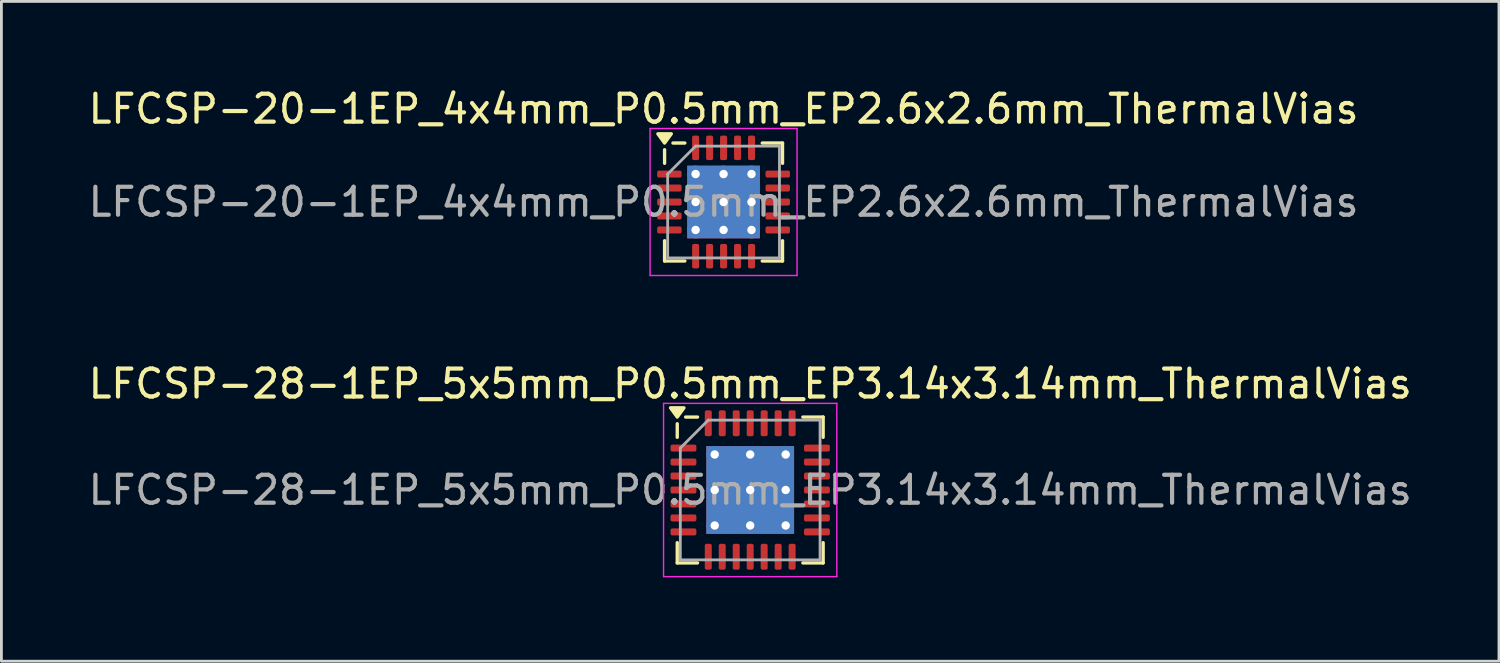
<source format=kicad_pcb>
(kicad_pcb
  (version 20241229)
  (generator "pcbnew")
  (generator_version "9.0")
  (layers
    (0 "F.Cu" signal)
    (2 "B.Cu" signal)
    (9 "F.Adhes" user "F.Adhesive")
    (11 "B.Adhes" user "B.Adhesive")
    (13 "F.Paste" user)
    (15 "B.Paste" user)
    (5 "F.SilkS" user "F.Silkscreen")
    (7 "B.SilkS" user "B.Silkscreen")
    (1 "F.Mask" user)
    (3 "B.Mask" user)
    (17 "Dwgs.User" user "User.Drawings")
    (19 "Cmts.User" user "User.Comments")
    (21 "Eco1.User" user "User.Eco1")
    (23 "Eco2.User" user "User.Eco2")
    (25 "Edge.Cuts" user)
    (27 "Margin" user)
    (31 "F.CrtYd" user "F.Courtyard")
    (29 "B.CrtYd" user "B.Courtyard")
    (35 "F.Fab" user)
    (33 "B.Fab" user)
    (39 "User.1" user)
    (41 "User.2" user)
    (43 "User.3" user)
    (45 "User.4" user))
  (footprint "LFCSP-20-1EP_4x4mm_P0.5mm_EP2.6x2.6mm_ThermalVias"
    (layer "F.Cu")
    (at 22.839 4.178)
    (property "Reference" "LFCSP-20-1EP_4x4mm_P0.5mm_EP2.6x2.6mm_ThermalVias" (at 0 -3.33 0) (layer "F.SilkS") (effects (font (size 1 1) (thickness 0.15))))
    (attr smd)
    (fp_line (start -2.11 -1.385) (end -2.11 -1.87) (stroke (width 0.12) (type solid)) (layer "F.SilkS"))
    (fp_line (start -2.11 2.11) (end -2.11 1.385) (stroke (width 0.12) (type solid)) (layer "F.SilkS"))
    (fp_line (start -1.385 -2.11) (end -1.81 -2.11) (stroke (width 0.12) (type solid)) (layer "F.SilkS"))
    (fp_line (start -1.385 2.11) (end -2.11 2.11) (stroke (width 0.12) (type solid)) (layer "F.SilkS"))
    (fp_line (start 1.385 -2.11) (end 2.11 -2.11) (stroke (width 0.12) (type solid)) (layer "F.SilkS"))
    (fp_line (start 1.385 2.11) (end 2.11 2.11) (stroke (width 0.12) (type solid)) (layer "F.SilkS"))
    (fp_line (start 2.11 -2.11) (end 2.11 -1.385) (stroke (width 0.12) (type solid)) (layer "F.SilkS"))
    (fp_line (start 2.11 2.11) (end 2.11 1.385) (stroke (width 0.12) (type solid)) (layer "F.SilkS"))
    (fp_poly (pts (xy -2.11 -2.11) (xy -2.35 -2.44) (xy -1.87 -2.44) (xy -2.11 -2.11)) (stroke (width 0.12) (type solid)) (fill yes) (layer "F.SilkS"))
    (fp_line (start -2.63 -2.63) (end -2.63 2.63) (stroke (width 0.05) (type solid)) (layer "F.CrtYd"))
    (fp_line (start -2.63 2.63) (end 2.63 2.63) (stroke (width 0.05) (type solid)) (layer "F.CrtYd"))
    (fp_line (start 2.63 -2.63) (end -2.63 -2.63) (stroke (width 0.05) (type solid)) (layer "F.CrtYd"))
    (fp_line (start 2.63 2.63) (end 2.63 -2.63) (stroke (width 0.05) (type solid)) (layer "F.CrtYd"))
    (fp_line (start -2 -1) (end -1 -2) (stroke (width 0.1) (type solid)) (layer "F.Fab"))
    (fp_line (start -2 2) (end -2 -1) (stroke (width 0.1) (type solid)) (layer "F.Fab"))
    (fp_line (start -1 -2) (end 2 -2) (stroke (width 0.1) (type solid)) (layer "F.Fab"))
    (fp_line (start 2 -2) (end 2 2) (stroke (width 0.1) (type solid)) (layer "F.Fab"))
    (fp_line (start 2 2) (end -2 2) (stroke (width 0.1) (type solid)) (layer "F.Fab"))
    (fp_text user "${REFERENCE}" (at 0 0 0) (layer "F.Fab") (effects (font (size 1 1) (thickness 0.15))))
    (pad "" smd roundrect (at -0.65 -0.65) (size 1.09 1.09) (layers "F.Paste") (roundrect_rratio 0.229))
    (pad "" smd roundrect (at -0.65 0.65) (size 1.09 1.09) (layers "F.Paste") (roundrect_rratio 0.229))
    (pad "" smd roundrect (at 0.65 -0.65) (size 1.09 1.09) (layers "F.Paste") (roundrect_rratio 0.229))
    (pad "" smd roundrect (at 0.65 0.65) (size 1.09 1.09) (layers "F.Paste") (roundrect_rratio 0.229))
    (pad "1" smd roundrect (at -1.938 -1) (size 0.875 0.25) (layers "F.Cu" "F.Mask" "F.Paste") (roundrect_rratio 0.25))
    (pad "2" smd roundrect (at -1.938 -0.5) (size 0.875 0.25) (layers "F.Cu" "F.Mask" "F.Paste") (roundrect_rratio 0.25))
    (pad "3" smd roundrect (at -1.938 0) (size 0.875 0.25) (layers "F.Cu" "F.Mask" "F.Paste") (roundrect_rratio 0.25))
    (pad "4" smd roundrect (at -1.938 0.5) (size 0.875 0.25) (layers "F.Cu" "F.Mask" "F.Paste") (roundrect_rratio 0.25))
    (pad "5" smd roundrect (at -1.938 1) (size 0.875 0.25) (layers "F.Cu" "F.Mask" "F.Paste") (roundrect_rratio 0.25))
    (pad "6" smd roundrect (at -1 1.938) (size 0.25 0.875) (layers "F.Cu" "F.Mask" "F.Paste") (roundrect_rratio 0.25))
    (pad "7" smd roundrect (at -0.5 1.938) (size 0.25 0.875) (layers "F.Cu" "F.Mask" "F.Paste") (roundrect_rratio 0.25))
    (pad "8" smd roundrect (at 0 1.938) (size 0.25 0.875) (layers "F.Cu" "F.Mask" "F.Paste") (roundrect_rratio 0.25))
    (pad "9" smd roundrect (at 0.5 1.938) (size 0.25 0.875) (layers "F.Cu" "F.Mask" "F.Paste") (roundrect_rratio 0.25))
    (pad "10" smd roundrect (at 1 1.938) (size 0.25 0.875) (layers "F.Cu" "F.Mask" "F.Paste") (roundrect_rratio 0.25))
    (pad "11" smd roundrect (at 1.938 1) (size 0.875 0.25) (layers "F.Cu" "F.Mask" "F.Paste") (roundrect_rratio 0.25))
    (pad "12" smd roundrect (at 1.938 0.5) (size 0.875 0.25) (layers "F.Cu" "F.Mask" "F.Paste") (roundrect_rratio 0.25))
    (pad "13" smd roundrect (at 1.938 0) (size 0.875 0.25) (layers "F.Cu" "F.Mask" "F.Paste") (roundrect_rratio 0.25))
    (pad "14" smd roundrect (at 1.938 -0.5) (size 0.875 0.25) (layers "F.Cu" "F.Mask" "F.Paste") (roundrect_rratio 0.25))
    (pad "15" smd roundrect (at 1.938 -1) (size 0.875 0.25) (layers "F.Cu" "F.Mask" "F.Paste") (roundrect_rratio 0.25))
    (pad "16" smd roundrect (at 1 -1.938) (size 0.25 0.875) (layers "F.Cu" "F.Mask" "F.Paste") (roundrect_rratio 0.25))
    (pad "17" smd roundrect (at 0.5 -1.938) (size 0.25 0.875) (layers "F.Cu" "F.Mask" "F.Paste") (roundrect_rratio 0.25))
    (pad "18" smd roundrect (at 0 -1.938) (size 0.25 0.875) (layers "F.Cu" "F.Mask" "F.Paste") (roundrect_rratio 0.25))
    (pad "19" smd roundrect (at -0.5 -1.938) (size 0.25 0.875) (layers "F.Cu" "F.Mask" "F.Paste") (roundrect_rratio 0.25))
    (pad "20" smd roundrect (at -1 -1.938) (size 0.25 0.875) (layers "F.Cu" "F.Mask" "F.Paste") (roundrect_rratio 0.25))
    (pad "21" thru_hole circle (at -1 -1) (size 0.6 0.6) (drill 0.3) (property pad_prop_heatsink) (layers "*.Cu"))
    (pad "21" thru_hole circle (at -1 0) (size 0.6 0.6) (drill 0.3) (property pad_prop_heatsink) (layers "*.Cu"))
    (pad "21" thru_hole circle (at -1 1) (size 0.6 0.6) (drill 0.3) (property pad_prop_heatsink) (layers "*.Cu"))
    (pad "21" thru_hole circle (at 0 -1) (size 0.6 0.6) (drill 0.3) (property pad_prop_heatsink) (layers "*.Cu"))
    (pad "21" thru_hole circle (at 0 0) (size 0.6 0.6) (drill 0.3) (property pad_prop_heatsink) (layers "*.Cu"))
    (pad "21" smd rect (at 0 0) (size 2.6 2.6) (property pad_prop_heatsink) (layers "F.Cu" "F.Mask"))
    (pad "21" smd rect (at 0 0) (size 2.6 2.6) (property pad_prop_heatsink) (layers "B.Cu"))
    (pad "21" thru_hole circle (at 0 1) (size 0.6 0.6) (drill 0.3) (property pad_prop_heatsink) (layers "*.Cu"))
    (pad "21" thru_hole circle (at 1 -1) (size 0.6 0.6) (drill 0.3) (property pad_prop_heatsink) (layers "*.Cu"))
    (pad "21" thru_hole circle (at 1 0) (size 0.6 0.6) (drill 0.3) (property pad_prop_heatsink) (layers "*.Cu"))
    (pad "21" thru_hole circle (at 1 1) (size 0.6 0.6) (drill 0.3) (property pad_prop_heatsink) (layers "*.Cu")))
  (footprint "LFCSP-28-1EP_5x5mm_P0.5mm_EP3.14x3.14mm_ThermalVias"
    (layer "F.Cu")
    (at 23.792 14.482)
    (property "Reference" "LFCSP-28-1EP_5x5mm_P0.5mm_EP3.14x3.14mm_ThermalVias" (at 0 -3.8 0) (layer "F.SilkS") (effects (font (size 1 1) (thickness 0.15))))
    (attr smd)
    (fp_line (start -2.61 -1.885) (end -2.61 -2.37) (stroke (width 0.12) (type solid)) (layer "F.SilkS"))
    (fp_line (start -2.61 2.61) (end -2.61 1.885) (stroke (width 0.12) (type solid)) (layer "F.SilkS"))
    (fp_line (start -1.885 -2.61) (end -2.31 -2.61) (stroke (width 0.12) (type solid)) (layer "F.SilkS"))
    (fp_line (start -1.885 2.61) (end -2.61 2.61) (stroke (width 0.12) (type solid)) (layer "F.SilkS"))
    (fp_line (start 1.885 -2.61) (end 2.61 -2.61) (stroke (width 0.12) (type solid)) (layer "F.SilkS"))
    (fp_line (start 1.885 2.61) (end 2.61 2.61) (stroke (width 0.12) (type solid)) (layer "F.SilkS"))
    (fp_line (start 2.61 -2.61) (end 2.61 -1.885) (stroke (width 0.12) (type solid)) (layer "F.SilkS"))
    (fp_line (start 2.61 2.61) (end 2.61 1.885) (stroke (width 0.12) (type solid)) (layer "F.SilkS"))
    (fp_poly (pts (xy -2.61 -2.61) (xy -2.85 -2.94) (xy -2.37 -2.94) (xy -2.61 -2.61)) (stroke (width 0.12) (type solid)) (fill yes) (layer "F.SilkS"))
    (fp_line (start -3.1 -3.1) (end -3.1 3.1) (stroke (width 0.05) (type solid)) (layer "F.CrtYd"))
    (fp_line (start -3.1 3.1) (end 3.1 3.1) (stroke (width 0.05) (type solid)) (layer "F.CrtYd"))
    (fp_line (start 3.1 -3.1) (end -3.1 -3.1) (stroke (width 0.05) (type solid)) (layer "F.CrtYd"))
    (fp_line (start 3.1 3.1) (end 3.1 -3.1) (stroke (width 0.05) (type solid)) (layer "F.CrtYd"))
    (fp_line (start -2.5 -1.5) (end -1.5 -2.5) (stroke (width 0.1) (type solid)) (layer "F.Fab"))
    (fp_line (start -2.5 2.5) (end -2.5 -1.5) (stroke (width 0.1) (type solid)) (layer "F.Fab"))
    (fp_line (start -1.5 -2.5) (end 2.5 -2.5) (stroke (width 0.1) (type solid)) (layer "F.Fab"))
    (fp_line (start 2.5 -2.5) (end 2.5 2.5) (stroke (width 0.1) (type solid)) (layer "F.Fab"))
    (fp_line (start 2.5 2.5) (end -2.5 2.5) (stroke (width 0.1) (type solid)) (layer "F.Fab"))
    (fp_text user "${REFERENCE}" (at 0 0 0) (layer "F.Fab") (effects (font (size 1 1) (thickness 0.15))))
    (pad "" smd roundrect (at -0.785 -0.785) (size 1.31 1.31) (layers "F.Paste") (roundrect_rratio 0.191))
    (pad "" smd roundrect (at -0.785 0.785) (size 1.31 1.31) (layers "F.Paste") (roundrect_rratio 0.191))
    (pad "" smd roundrect (at 0.785 -0.785) (size 1.31 1.31) (layers "F.Paste") (roundrect_rratio 0.191))
    (pad "" smd roundrect (at 0.785 0.785) (size 1.31 1.31) (layers "F.Paste") (roundrect_rratio 0.191))
    (pad "1" smd roundrect (at -2.388 -1.5) (size 0.925 0.25) (layers "F.Cu" "F.Mask" "F.Paste") (roundrect_rratio 0.25))
    (pad "2" smd roundrect (at -2.388 -1) (size 0.925 0.25) (layers "F.Cu" "F.Mask" "F.Paste") (roundrect_rratio 0.25))
    (pad "3" smd roundrect (at -2.388 -0.5) (size 0.925 0.25) (layers "F.Cu" "F.Mask" "F.Paste") (roundrect_rratio 0.25))
    (pad "4" smd roundrect (at -2.388 0) (size 0.925 0.25) (layers "F.Cu" "F.Mask" "F.Paste") (roundrect_rratio 0.25))
    (pad "5" smd roundrect (at -2.388 0.5) (size 0.925 0.25) (layers "F.Cu" "F.Mask" "F.Paste") (roundrect_rratio 0.25))
    (pad "6" smd roundrect (at -2.388 1) (size 0.925 0.25) (layers "F.Cu" "F.Mask" "F.Paste") (roundrect_rratio 0.25))
    (pad "7" smd roundrect (at -2.388 1.5) (size 0.925 0.25) (layers "F.Cu" "F.Mask" "F.Paste") (roundrect_rratio 0.25))
    (pad "8" smd roundrect (at -1.5 2.388) (size 0.25 0.925) (layers "F.Cu" "F.Mask" "F.Paste") (roundrect_rratio 0.25))
    (pad "9" smd roundrect (at -1 2.388) (size 0.25 0.925) (layers "F.Cu" "F.Mask" "F.Paste") (roundrect_rratio 0.25))
    (pad "10" smd roundrect (at -0.5 2.388) (size 0.25 0.925) (layers "F.Cu" "F.Mask" "F.Paste") (roundrect_rratio 0.25))
    (pad "11" smd roundrect (at 0 2.388) (size 0.25 0.925) (layers "F.Cu" "F.Mask" "F.Paste") (roundrect_rratio 0.25))
    (pad "12" smd roundrect (at 0.5 2.388) (size 0.25 0.925) (layers "F.Cu" "F.Mask" "F.Paste") (roundrect_rratio 0.25))
    (pad "13" smd roundrect (at 1 2.388) (size 0.25 0.925) (layers "F.Cu" "F.Mask" "F.Paste") (roundrect_rratio 0.25))
    (pad "14" smd roundrect (at 1.5 2.388) (size 0.25 0.925) (layers "F.Cu" "F.Mask" "F.Paste") (roundrect_rratio 0.25))
    (pad "15" smd roundrect (at 2.388 1.5) (size 0.925 0.25) (layers "F.Cu" "F.Mask" "F.Paste") (roundrect_rratio 0.25))
    (pad "16" smd roundrect (at 2.388 1) (size 0.925 0.25) (layers "F.Cu" "F.Mask" "F.Paste") (roundrect_rratio 0.25))
    (pad "17" smd roundrect (at 2.388 0.5) (size 0.925 0.25) (layers "F.Cu" "F.Mask" "F.Paste") (roundrect_rratio 0.25))
    (pad "18" smd roundrect (at 2.388 0) (size 0.925 0.25) (layers "F.Cu" "F.Mask" "F.Paste") (roundrect_rratio 0.25))
    (pad "19" smd roundrect (at 2.388 -0.5) (size 0.925 0.25) (layers "F.Cu" "F.Mask" "F.Paste") (roundrect_rratio 0.25))
    (pad "20" smd roundrect (at 2.388 -1) (size 0.925 0.25) (layers "F.Cu" "F.Mask" "F.Paste") (roundrect_rratio 0.25))
    (pad "21" smd roundrect (at 2.388 -1.5) (size 0.925 0.25) (layers "F.Cu" "F.Mask" "F.Paste") (roundrect_rratio 0.25))
    (pad "22" smd roundrect (at 1.5 -2.388) (size 0.25 0.925) (layers "F.Cu" "F.Mask" "F.Paste") (roundrect_rratio 0.25))
    (pad "23" smd roundrect (at 1 -2.388) (size 0.25 0.925) (layers "F.Cu" "F.Mask" "F.Paste") (roundrect_rratio 0.25))
    (pad "24" smd roundrect (at 0.5 -2.388) (size 0.25 0.925) (layers "F.Cu" "F.Mask" "F.Paste") (roundrect_rratio 0.25))
    (pad "25" smd roundrect (at 0 -2.388) (size 0.25 0.925) (layers "F.Cu" "F.Mask" "F.Paste") (roundrect_rratio 0.25))
    (pad "26" smd roundrect (at -0.5 -2.388) (size 0.25 0.925) (layers "F.Cu" "F.Mask" "F.Paste") (roundrect_rratio 0.25))
    (pad "27" smd roundrect (at -1 -2.388) (size 0.25 0.925) (layers "F.Cu" "F.Mask" "F.Paste") (roundrect_rratio 0.25))
    (pad "28" smd roundrect (at -1.5 -2.388) (size 0.25 0.925) (layers "F.Cu" "F.Mask" "F.Paste") (roundrect_rratio 0.25))
    (pad "29" thru_hole circle (at -1.27 -1.27) (size 0.6 0.6) (drill 0.3) (property pad_prop_heatsink) (layers "*.Cu"))
    (pad "29" thru_hole circle (at -1.27 0) (size 0.6 0.6) (drill 0.3) (property pad_prop_heatsink) (layers "*.Cu"))
    (pad "29" thru_hole circle (at -1.27 1.27) (size 0.6 0.6) (drill 0.3) (property pad_prop_heatsink) (layers "*.Cu"))
    (pad "29" thru_hole circle (at 0 -1.27) (size 0.6 0.6) (drill 0.3) (property pad_prop_heatsink) (layers "*.Cu"))
    (pad "29" thru_hole circle (at 0 0) (size 0.6 0.6) (drill 0.3) (property pad_prop_heatsink) (layers "*.Cu"))
    (pad "29" smd rect (at 0 0) (size 3.14 3.14) (property pad_prop_heatsink) (layers "F.Cu" "F.Mask"))
    (pad "29" smd rect (at 0 0) (size 3.14 3.14) (property pad_prop_heatsink) (layers "B.Cu"))
    (pad "29" thru_hole circle (at 0 1.27) (size 0.6 0.6) (drill 0.3) (property pad_prop_heatsink) (layers "*.Cu"))
    (pad "29" thru_hole circle (at 1.27 -1.27) (size 0.6 0.6) (drill 0.3) (property pad_prop_heatsink) (layers "*.Cu"))
    (pad "29" thru_hole circle (at 1.27 0) (size 0.6 0.6) (drill 0.3) (property pad_prop_heatsink) (layers "*.Cu"))
    (pad "29" thru_hole circle (at 1.27 1.27) (size 0.6 0.6) (drill 0.3) (property pad_prop_heatsink) (layers "*.Cu")))
  (gr_rect
    (start -3 -3)
    (end 50.583 20.607)
    (stroke (width 0.1) (type default))
    (fill no)
    (layer "Edge.Cuts")))
</source>
